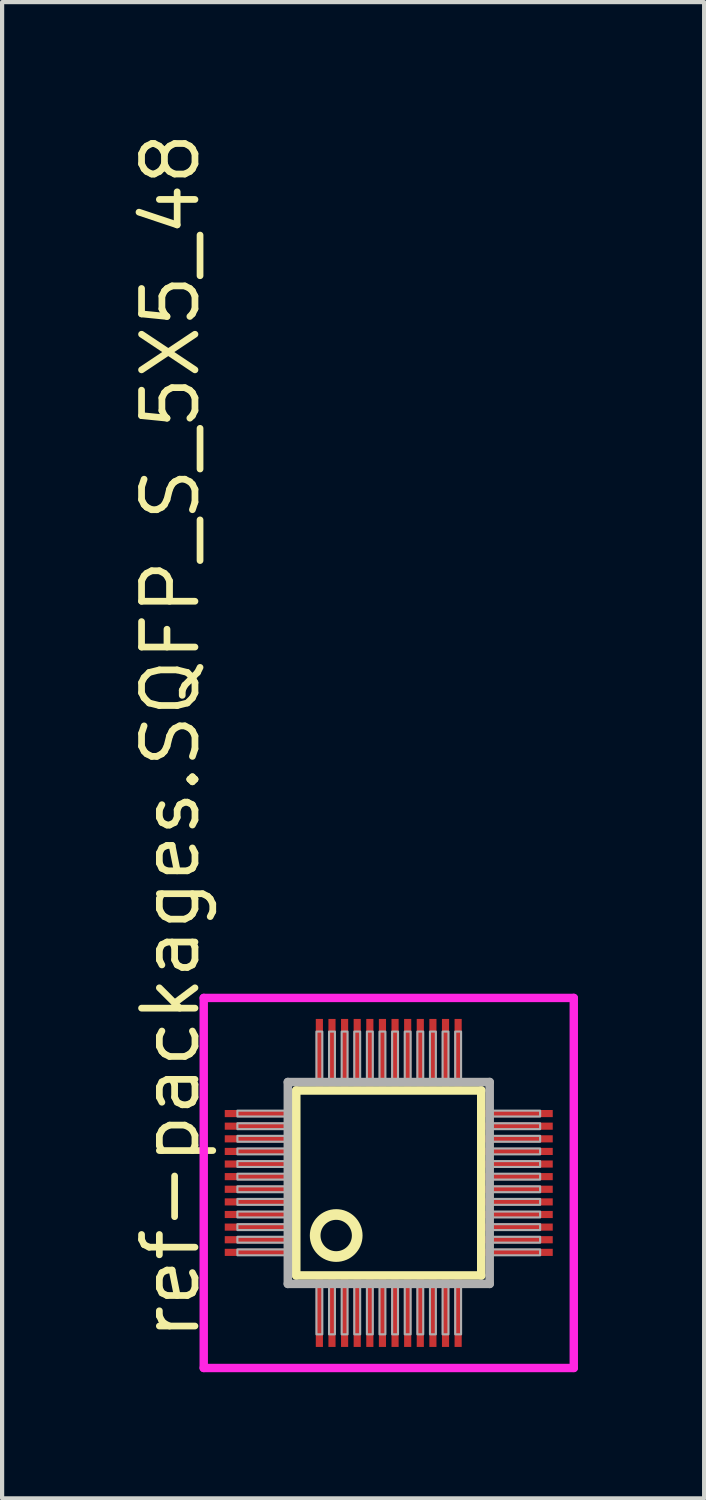
<source format=kicad_pcb>
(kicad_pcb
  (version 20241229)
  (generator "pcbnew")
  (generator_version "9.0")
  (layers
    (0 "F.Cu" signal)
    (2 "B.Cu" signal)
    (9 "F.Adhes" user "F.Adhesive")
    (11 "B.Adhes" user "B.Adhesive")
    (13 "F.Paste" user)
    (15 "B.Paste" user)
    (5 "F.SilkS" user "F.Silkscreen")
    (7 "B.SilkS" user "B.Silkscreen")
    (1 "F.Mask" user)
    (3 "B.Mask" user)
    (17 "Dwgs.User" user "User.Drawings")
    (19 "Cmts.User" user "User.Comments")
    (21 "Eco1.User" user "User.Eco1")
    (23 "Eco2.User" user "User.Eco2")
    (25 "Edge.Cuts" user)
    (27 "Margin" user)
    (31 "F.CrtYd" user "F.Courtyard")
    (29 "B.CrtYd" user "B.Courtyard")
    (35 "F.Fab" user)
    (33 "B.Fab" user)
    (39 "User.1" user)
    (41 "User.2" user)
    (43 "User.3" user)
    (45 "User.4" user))
  (footprint "ref-packages.SQFP_S_5X5_48"
    (layer "F.Cu")
    (at 6.195 25.082)
    (property "Reference" "ref-packages.SQFP_S_5X5_48" (at -4.445 3.81 90) (layer "F.SilkS") (effects (font (size 1.27 1.27) (thickness 0.16)) (justify left bottom)))
    (attr smd)
    (fp_line (start -2.2 -2.2) (end 2.2 -2.2) (stroke (width 0.203) (type default)) (layer "F.SilkS"))
    (fp_line (start -2.2 2.2) (end -2.2 -2.2) (stroke (width 0.203) (type default)) (layer "F.SilkS"))
    (fp_line (start 2.2 -2.2) (end 2.2 2.2) (stroke (width 0.203) (type default)) (layer "F.SilkS"))
    (fp_line (start 2.2 2.2) (end -2.2 2.2) (stroke (width 0.203) (type default)) (layer "F.SilkS"))
    (fp_circle (center -1.25 1.25) (end -0.75 1.25) (stroke (width 0.254) (type default)) (fill no) (layer "F.SilkS"))
    (fp_line (start -4.4 -4.4) (end 4.4 -4.4) (stroke (width 0.2) (type default)) (layer "F.CrtYd"))
    (fp_line (start -4.4 4.4) (end -4.4 -4.4) (stroke (width 0.2) (type default)) (layer "F.CrtYd"))
    (fp_line (start 4.4 -4.4) (end 4.4 4.4) (stroke (width 0.2) (type default)) (layer "F.CrtYd"))
    (fp_line (start 4.4 4.4) (end -4.4 4.4) (stroke (width 0.2) (type default)) (layer "F.CrtYd"))
    (fp_line (start -2.4 -2.4) (end -2.4 2.4) (stroke (width 0.203) (type default)) (layer "F.Fab"))
    (fp_line (start -2.4 2.4) (end 2.4 2.4) (stroke (width 0.203) (type default)) (layer "F.Fab"))
    (fp_line (start 2.4 -2.4) (end -2.4 -2.4) (stroke (width 0.203) (type default)) (layer "F.Fab"))
    (fp_line (start 2.4 2.4) (end 2.4 -2.4) (stroke (width 0.203) (type default)) (layer "F.Fab"))
    (fp_rect (start -3.6 -1.58) (end -2.45 -1.72) (stroke (width 0.05) (type default)) (fill no) (layer "F.Fab"))
    (fp_rect (start -3.6 -1.28) (end -2.45 -1.42) (stroke (width 0.05) (type default)) (fill no) (layer "F.Fab"))
    (fp_rect (start -3.6 -0.98) (end -2.45 -1.12) (stroke (width 0.05) (type default)) (fill no) (layer "F.Fab"))
    (fp_rect (start -3.6 -0.68) (end -2.45 -0.82) (stroke (width 0.05) (type default)) (fill no) (layer "F.Fab"))
    (fp_rect (start -3.6 -0.38) (end -2.45 -0.52) (stroke (width 0.05) (type default)) (fill no) (layer "F.Fab"))
    (fp_rect (start -3.6 -0.08) (end -2.45 -0.22) (stroke (width 0.05) (type default)) (fill no) (layer "F.Fab"))
    (fp_rect (start -3.6 0.22) (end -2.45 0.08) (stroke (width 0.05) (type default)) (fill no) (layer "F.Fab"))
    (fp_rect (start -3.6 0.52) (end -2.45 0.38) (stroke (width 0.05) (type default)) (fill no) (layer "F.Fab"))
    (fp_rect (start -3.6 0.82) (end -2.45 0.68) (stroke (width 0.05) (type default)) (fill no) (layer "F.Fab"))
    (fp_rect (start -3.6 1.12) (end -2.45 0.98) (stroke (width 0.05) (type default)) (fill no) (layer "F.Fab"))
    (fp_rect (start -3.6 1.42) (end -2.45 1.28) (stroke (width 0.05) (type default)) (fill no) (layer "F.Fab"))
    (fp_rect (start -3.6 1.72) (end -2.45 1.58) (stroke (width 0.05) (type default)) (fill no) (layer "F.Fab"))
    (fp_rect (start -1.72 -2.45) (end -1.58 -3.6) (stroke (width 0.05) (type default)) (fill no) (layer "F.Fab"))
    (fp_rect (start -1.72 3.6) (end -1.58 2.45) (stroke (width 0.05) (type default)) (fill no) (layer "F.Fab"))
    (fp_rect (start -1.42 -2.45) (end -1.28 -3.6) (stroke (width 0.05) (type default)) (fill no) (layer "F.Fab"))
    (fp_rect (start -1.42 3.6) (end -1.28 2.45) (stroke (width 0.05) (type default)) (fill no) (layer "F.Fab"))
    (fp_rect (start -1.12 -2.45) (end -0.98 -3.6) (stroke (width 0.05) (type default)) (fill no) (layer "F.Fab"))
    (fp_rect (start -1.12 3.6) (end -0.98 2.45) (stroke (width 0.05) (type default)) (fill no) (layer "F.Fab"))
    (fp_rect (start -0.82 -2.45) (end -0.68 -3.6) (stroke (width 0.05) (type default)) (fill no) (layer "F.Fab"))
    (fp_rect (start -0.82 3.6) (end -0.68 2.45) (stroke (width 0.05) (type default)) (fill no) (layer "F.Fab"))
    (fp_rect (start -0.52 -2.45) (end -0.38 -3.6) (stroke (width 0.05) (type default)) (fill no) (layer "F.Fab"))
    (fp_rect (start -0.52 3.6) (end -0.38 2.45) (stroke (width 0.05) (type default)) (fill no) (layer "F.Fab"))
    (fp_rect (start -0.22 -2.45) (end -0.08 -3.6) (stroke (width 0.05) (type default)) (fill no) (layer "F.Fab"))
    (fp_rect (start -0.22 3.6) (end -0.08 2.45) (stroke (width 0.05) (type default)) (fill no) (layer "F.Fab"))
    (fp_rect (start 0.08 -2.45) (end 0.22 -3.6) (stroke (width 0.05) (type default)) (fill no) (layer "F.Fab"))
    (fp_rect (start 0.08 3.6) (end 0.22 2.45) (stroke (width 0.05) (type default)) (fill no) (layer "F.Fab"))
    (fp_rect (start 0.38 -2.45) (end 0.52 -3.6) (stroke (width 0.05) (type default)) (fill no) (layer "F.Fab"))
    (fp_rect (start 0.38 3.6) (end 0.52 2.45) (stroke (width 0.05) (type default)) (fill no) (layer "F.Fab"))
    (fp_rect (start 0.68 -2.45) (end 0.82 -3.6) (stroke (width 0.05) (type default)) (fill no) (layer "F.Fab"))
    (fp_rect (start 0.68 3.6) (end 0.82 2.45) (stroke (width 0.05) (type default)) (fill no) (layer "F.Fab"))
    (fp_rect (start 0.98 -2.45) (end 1.12 -3.6) (stroke (width 0.05) (type default)) (fill no) (layer "F.Fab"))
    (fp_rect (start 0.98 3.6) (end 1.12 2.45) (stroke (width 0.05) (type default)) (fill no) (layer "F.Fab"))
    (fp_rect (start 1.28 -2.45) (end 1.42 -3.6) (stroke (width 0.05) (type default)) (fill no) (layer "F.Fab"))
    (fp_rect (start 1.28 3.6) (end 1.42 2.45) (stroke (width 0.05) (type default)) (fill no) (layer "F.Fab"))
    (fp_rect (start 1.58 -2.45) (end 1.72 -3.6) (stroke (width 0.05) (type default)) (fill no) (layer "F.Fab"))
    (fp_rect (start 1.58 3.6) (end 1.72 2.45) (stroke (width 0.05) (type default)) (fill no) (layer "F.Fab"))
    (fp_rect (start 2.45 -1.58) (end 3.6 -1.72) (stroke (width 0.05) (type default)) (fill no) (layer "F.Fab"))
    (fp_rect (start 2.45 -1.28) (end 3.6 -1.42) (stroke (width 0.05) (type default)) (fill no) (layer "F.Fab"))
    (fp_rect (start 2.45 -0.98) (end 3.6 -1.12) (stroke (width 0.05) (type default)) (fill no) (layer "F.Fab"))
    (fp_rect (start 2.45 -0.68) (end 3.6 -0.82) (stroke (width 0.05) (type default)) (fill no) (layer "F.Fab"))
    (fp_rect (start 2.45 -0.38) (end 3.6 -0.52) (stroke (width 0.05) (type default)) (fill no) (layer "F.Fab"))
    (fp_rect (start 2.45 -0.08) (end 3.6 -0.22) (stroke (width 0.05) (type default)) (fill no) (layer "F.Fab"))
    (fp_rect (start 2.45 0.22) (end 3.6 0.08) (stroke (width 0.05) (type default)) (fill no) (layer "F.Fab"))
    (fp_rect (start 2.45 0.52) (end 3.6 0.38) (stroke (width 0.05) (type default)) (fill no) (layer "F.Fab"))
    (fp_rect (start 2.45 0.82) (end 3.6 0.68) (stroke (width 0.05) (type default)) (fill no) (layer "F.Fab"))
    (fp_rect (start 2.45 1.12) (end 3.6 0.98) (stroke (width 0.05) (type default)) (fill no) (layer "F.Fab"))
    (fp_rect (start 2.45 1.42) (end 3.6 1.28) (stroke (width 0.05) (type default)) (fill no) (layer "F.Fab"))
    (fp_rect (start 2.45 1.72) (end 3.6 1.58) (stroke (width 0.05) (type default)) (fill no) (layer "F.Fab"))
    (pad "1" smd roundrect (at -1.65 3.1) (size 0.17 1.6) (layers "F.Cu" "F.Mask" "F.Paste") (roundrect_rratio 0.01))
    (pad "2" smd roundrect (at -1.35 3.1) (size 0.17 1.6) (layers "F.Cu" "F.Mask" "F.Paste") (roundrect_rratio 0.01))
    (pad "3" smd roundrect (at -1.05 3.1) (size 0.17 1.6) (layers "F.Cu" "F.Mask" "F.Paste") (roundrect_rratio 0.01))
    (pad "4" smd roundrect (at -0.75 3.1) (size 0.17 1.6) (layers "F.Cu" "F.Mask" "F.Paste") (roundrect_rratio 0.01))
    (pad "5" smd roundrect (at -0.45 3.1) (size 0.17 1.6) (layers "F.Cu" "F.Mask" "F.Paste") (roundrect_rratio 0.01))
    (pad "6" smd roundrect (at -0.15 3.1) (size 0.17 1.6) (layers "F.Cu" "F.Mask" "F.Paste") (roundrect_rratio 0.01))
    (pad "7" smd roundrect (at 0.15 3.1) (size 0.17 1.6) (layers "F.Cu" "F.Mask" "F.Paste") (roundrect_rratio 0.01))
    (pad "8" smd roundrect (at 0.45 3.1) (size 0.17 1.6) (layers "F.Cu" "F.Mask" "F.Paste") (roundrect_rratio 0.01))
    (pad "9" smd roundrect (at 0.75 3.1) (size 0.17 1.6) (layers "F.Cu" "F.Mask" "F.Paste") (roundrect_rratio 0.01))
    (pad "10" smd roundrect (at 1.05 3.1) (size 0.17 1.6) (layers "F.Cu" "F.Mask" "F.Paste") (roundrect_rratio 0.01))
    (pad "11" smd roundrect (at 1.35 3.1) (size 0.17 1.6) (layers "F.Cu" "F.Mask" "F.Paste") (roundrect_rratio 0.01))
    (pad "12" smd roundrect (at 1.65 3.1) (size 0.17 1.6) (layers "F.Cu" "F.Mask" "F.Paste") (roundrect_rratio 0.01))
    (pad "13" smd roundrect (at 3.1 1.65) (size 1.6 0.17) (layers "F.Cu" "F.Mask" "F.Paste") (roundrect_rratio 0.01))
    (pad "14" smd roundrect (at 3.1 1.35) (size 1.6 0.17) (layers "F.Cu" "F.Mask" "F.Paste") (roundrect_rratio 0.01))
    (pad "15" smd roundrect (at 3.1 1.05) (size 1.6 0.17) (layers "F.Cu" "F.Mask" "F.Paste") (roundrect_rratio 0.01))
    (pad "16" smd roundrect (at 3.1 0.75) (size 1.6 0.17) (layers "F.Cu" "F.Mask" "F.Paste") (roundrect_rratio 0.01))
    (pad "17" smd roundrect (at 3.1 0.45) (size 1.6 0.17) (layers "F.Cu" "F.Mask" "F.Paste") (roundrect_rratio 0.01))
    (pad "18" smd roundrect (at 3.1 0.15) (size 1.6 0.17) (layers "F.Cu" "F.Mask" "F.Paste") (roundrect_rratio 0.01))
    (pad "19" smd roundrect (at 3.1 -0.15) (size 1.6 0.17) (layers "F.Cu" "F.Mask" "F.Paste") (roundrect_rratio 0.01))
    (pad "20" smd roundrect (at 3.1 -0.45) (size 1.6 0.17) (layers "F.Cu" "F.Mask" "F.Paste") (roundrect_rratio 0.01))
    (pad "21" smd roundrect (at 3.1 -0.75) (size 1.6 0.17) (layers "F.Cu" "F.Mask" "F.Paste") (roundrect_rratio 0.01))
    (pad "22" smd roundrect (at 3.1 -1.05) (size 1.6 0.17) (layers "F.Cu" "F.Mask" "F.Paste") (roundrect_rratio 0.01))
    (pad "23" smd roundrect (at 3.1 -1.35) (size 1.6 0.17) (layers "F.Cu" "F.Mask" "F.Paste") (roundrect_rratio 0.01))
    (pad "24" smd roundrect (at 3.1 -1.65) (size 1.6 0.17) (layers "F.Cu" "F.Mask" "F.Paste") (roundrect_rratio 0.01))
    (pad "25" smd roundrect (at 1.65 -3.1) (size 0.17 1.6) (layers "F.Cu" "F.Mask" "F.Paste") (roundrect_rratio 0.01))
    (pad "26" smd roundrect (at 1.35 -3.1) (size 0.17 1.6) (layers "F.Cu" "F.Mask" "F.Paste") (roundrect_rratio 0.01))
    (pad "27" smd roundrect (at 1.05 -3.1) (size 0.17 1.6) (layers "F.Cu" "F.Mask" "F.Paste") (roundrect_rratio 0.01))
    (pad "28" smd roundrect (at 0.75 -3.1) (size 0.17 1.6) (layers "F.Cu" "F.Mask" "F.Paste") (roundrect_rratio 0.01))
    (pad "29" smd roundrect (at 0.45 -3.1) (size 0.17 1.6) (layers "F.Cu" "F.Mask" "F.Paste") (roundrect_rratio 0.01))
    (pad "30" smd roundrect (at 0.15 -3.1) (size 0.17 1.6) (layers "F.Cu" "F.Mask" "F.Paste") (roundrect_rratio 0.01))
    (pad "31" smd roundrect (at -0.15 -3.1) (size 0.17 1.6) (layers "F.Cu" "F.Mask" "F.Paste") (roundrect_rratio 0.01))
    (pad "32" smd roundrect (at -0.45 -3.1) (size 0.17 1.6) (layers "F.Cu" "F.Mask" "F.Paste") (roundrect_rratio 0.01))
    (pad "33" smd roundrect (at -0.75 -3.1) (size 0.17 1.6) (layers "F.Cu" "F.Mask" "F.Paste") (roundrect_rratio 0.01))
    (pad "34" smd roundrect (at -1.05 -3.1) (size 0.17 1.6) (layers "F.Cu" "F.Mask" "F.Paste") (roundrect_rratio 0.01))
    (pad "35" smd roundrect (at -1.35 -3.1) (size 0.17 1.6) (layers "F.Cu" "F.Mask" "F.Paste") (roundrect_rratio 0.01))
    (pad "36" smd roundrect (at -1.65 -3.1) (size 0.17 1.6) (layers "F.Cu" "F.Mask" "F.Paste") (roundrect_rratio 0.01))
    (pad "37" smd roundrect (at -3.1 -1.65) (size 1.6 0.17) (layers "F.Cu" "F.Mask" "F.Paste") (roundrect_rratio 0.01))
    (pad "38" smd roundrect (at -3.1 -1.35) (size 1.6 0.17) (layers "F.Cu" "F.Mask" "F.Paste") (roundrect_rratio 0.01))
    (pad "39" smd roundrect (at -3.1 -1.05) (size 1.6 0.17) (layers "F.Cu" "F.Mask" "F.Paste") (roundrect_rratio 0.01))
    (pad "40" smd roundrect (at -3.1 -0.75) (size 1.6 0.17) (layers "F.Cu" "F.Mask" "F.Paste") (roundrect_rratio 0.01))
    (pad "41" smd roundrect (at -3.1 -0.45) (size 1.6 0.17) (layers "F.Cu" "F.Mask" "F.Paste") (roundrect_rratio 0.01))
    (pad "42" smd roundrect (at -3.1 -0.15) (size 1.6 0.17) (layers "F.Cu" "F.Mask" "F.Paste") (roundrect_rratio 0.01))
    (pad "43" smd roundrect (at -3.1 0.15) (size 1.6 0.17) (layers "F.Cu" "F.Mask" "F.Paste") (roundrect_rratio 0.01))
    (pad "44" smd roundrect (at -3.1 0.45) (size 1.6 0.17) (layers "F.Cu" "F.Mask" "F.Paste") (roundrect_rratio 0.01))
    (pad "45" smd roundrect (at -3.1 0.75) (size 1.6 0.17) (layers "F.Cu" "F.Mask" "F.Paste") (roundrect_rratio 0.01))
    (pad "46" smd roundrect (at -3.1 1.05) (size 1.6 0.17) (layers "F.Cu" "F.Mask" "F.Paste") (roundrect_rratio 0.01))
    (pad "47" smd roundrect (at -3.1 1.35) (size 1.6 0.17) (layers "F.Cu" "F.Mask" "F.Paste") (roundrect_rratio 0.01))
    (pad "48" smd roundrect (at -3.1 1.65) (size 1.6 0.17) (layers "F.Cu" "F.Mask" "F.Paste") (roundrect_rratio 0.01)))
  (gr_rect
    (start -3 -3)
    (end 13.695 32.582)
    (stroke (width 0.1) (type default))
    (fill no)
    (layer "Edge.Cuts")))
</source>
